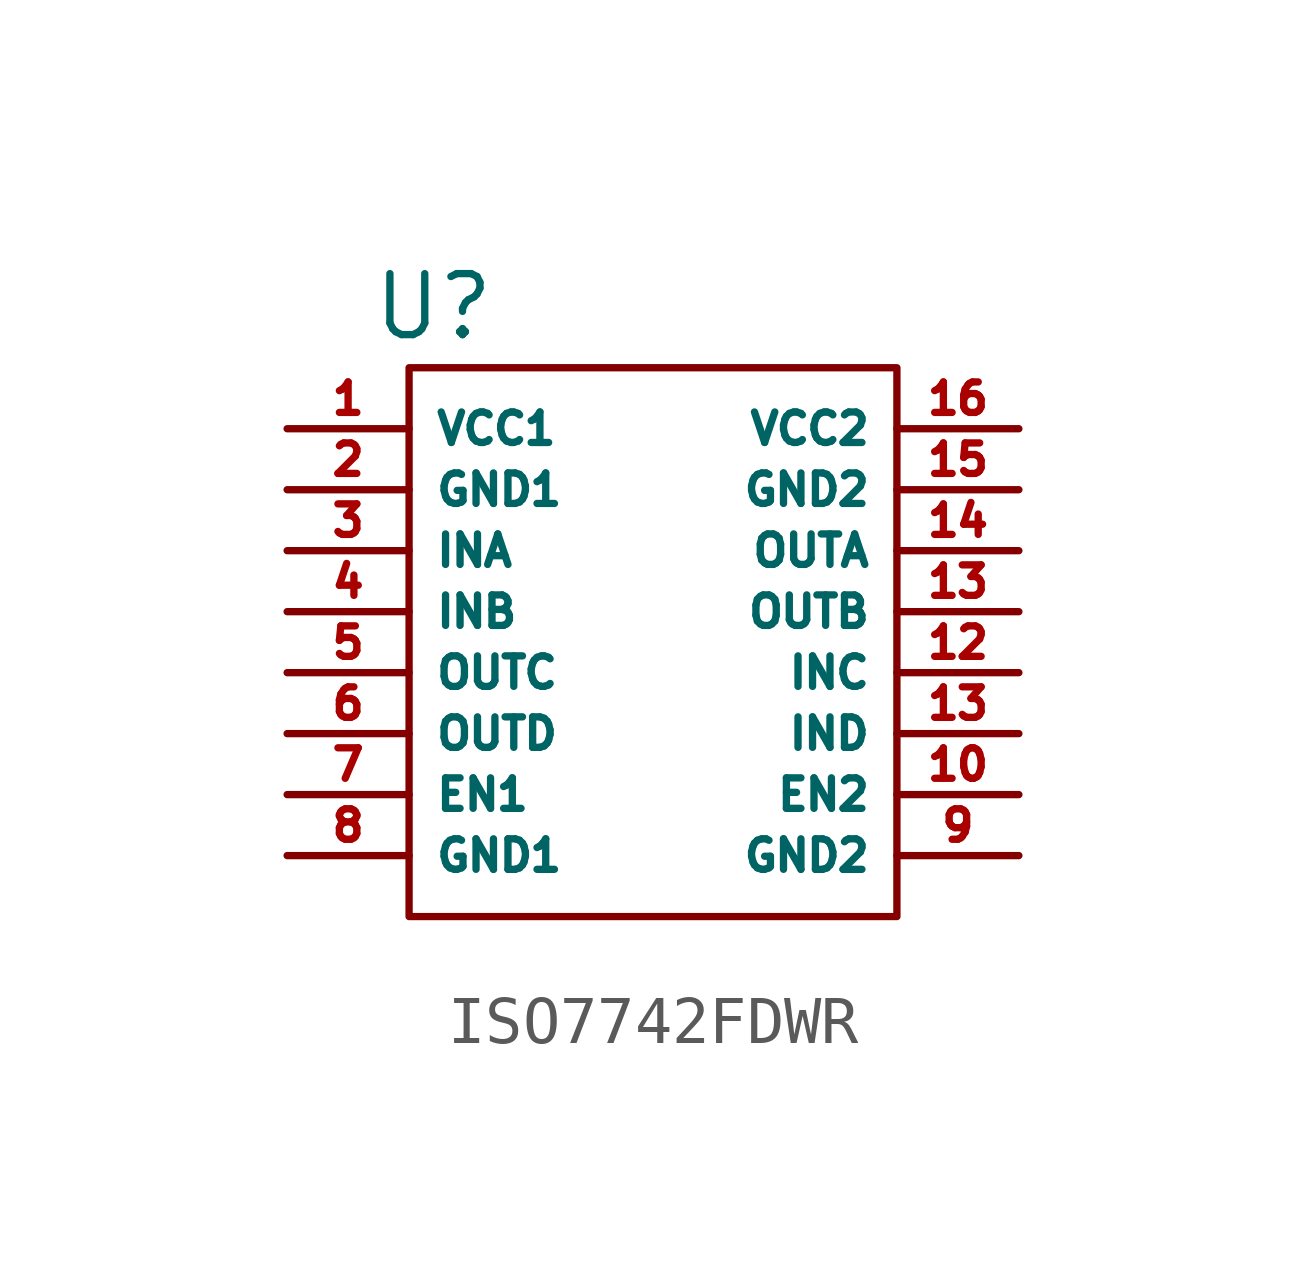
<source format=kicad_sym>
(kicad_symbol_lib
  (version 20231120)
  (generator "kicad_symbol_editor")
  (generator_version "8.0")
  (symbol "ISO7742FDWR"
    (property "Reference" "U"
      (at -4.572 7.62 0)
      (effects (font (size 1.27 1.27))))
    (property "Value" ""
      (at 0 -1.27 0)
      (effects (font (size 1.27 1.27))))
    (symbol "ISO7742FDWR_0_1"
      (rectangle (start -5.08 6.35) (end 5.08 -5.08) (stroke (width 0) (type default)) (fill (type none))))
    (symbol "ISO7742FDWR_1_1"
      (pin power_out line (at -7.62 5.08 0) (length 2.54) (name "VCC1" (effects (font (size 0.635 0.635)))) (number "1" (effects (font (size 0.635 0.635)))))
      (pin input line (at 7.62 -2.54 180) (length 2.54) (name "EN2" (effects (font (size 0.635 0.635)))) (number "10" (effects (font (size 0.635 0.635)))))
      (pin input line (at 7.62 0 180) (length 2.54) (name "INC" (effects (font (size 0.635 0.635)))) (number "12" (effects (font (size 0.635 0.635)))))
      (pin input line (at 7.62 -1.27 180) (length 2.54) (name "IND" (effects (font (size 0.635 0.635)))) (number "13" (effects (font (size 0.635 0.635)))))
      (pin output line (at 7.62 1.27 180) (length 2.54) (name "OUTB" (effects (font (size 0.635 0.635)))) (number "13" (effects (font (size 0.635 0.635)))))
      (pin output line (at 7.62 2.54 180) (length 2.54) (name "OUTA" (effects (font (size 0.635 0.635)))) (number "14" (effects (font (size 0.635 0.635)))))
      (pin power_out line (at 7.62 3.81 180) (length 2.54) (name "GND2" (effects (font (size 0.635 0.635)))) (number "15" (effects (font (size 0.635 0.635)))))
      (pin power_out line (at 7.62 5.08 180) (length 2.54) (name "VCC2" (effects (font (size 0.635 0.635)))) (number "16" (effects (font (size 0.635 0.635)))))
      (pin power_out line (at -7.62 3.81 0) (length 2.54) (name "GND1" (effects (font (size 0.635 0.635)))) (number "2" (effects (font (size 0.635 0.635)))))
      (pin input line (at -7.62 2.54 0) (length 2.54) (name "INA" (effects (font (size 0.635 0.635)))) (number "3" (effects (font (size 0.635 0.635)))))
      (pin input line (at -7.62 1.27 0) (length 2.54) (name "INB" (effects (font (size 0.635 0.635)))) (number "4" (effects (font (size 0.635 0.635)))))
      (pin output line (at -7.62 0 0) (length 2.54) (name "OUTC" (effects (font (size 0.635 0.635)))) (number "5" (effects (font (size 0.635 0.635)))))
      (pin output line (at -7.62 -1.27 0) (length 2.54) (name "OUTD" (effects (font (size 0.635 0.635)))) (number "6" (effects (font (size 0.635 0.635)))))
      (pin input line (at -7.62 -2.54 0) (length 2.54) (name "EN1" (effects (font (size 0.635 0.635)))) (number "7" (effects (font (size 0.635 0.635)))))
      (pin power_out line (at -7.62 -3.81 0) (length 2.54) (name "GND1" (effects (font (size 0.635 0.635)))) (number "8" (effects (font (size 0.635 0.635)))))
      (pin power_out line (at 7.62 -3.81 180) (length 2.54) (name "GND2" (effects (font (size 0.635 0.635)))) (number "9" (effects (font (size 0.635 0.635))))))))
</source>
